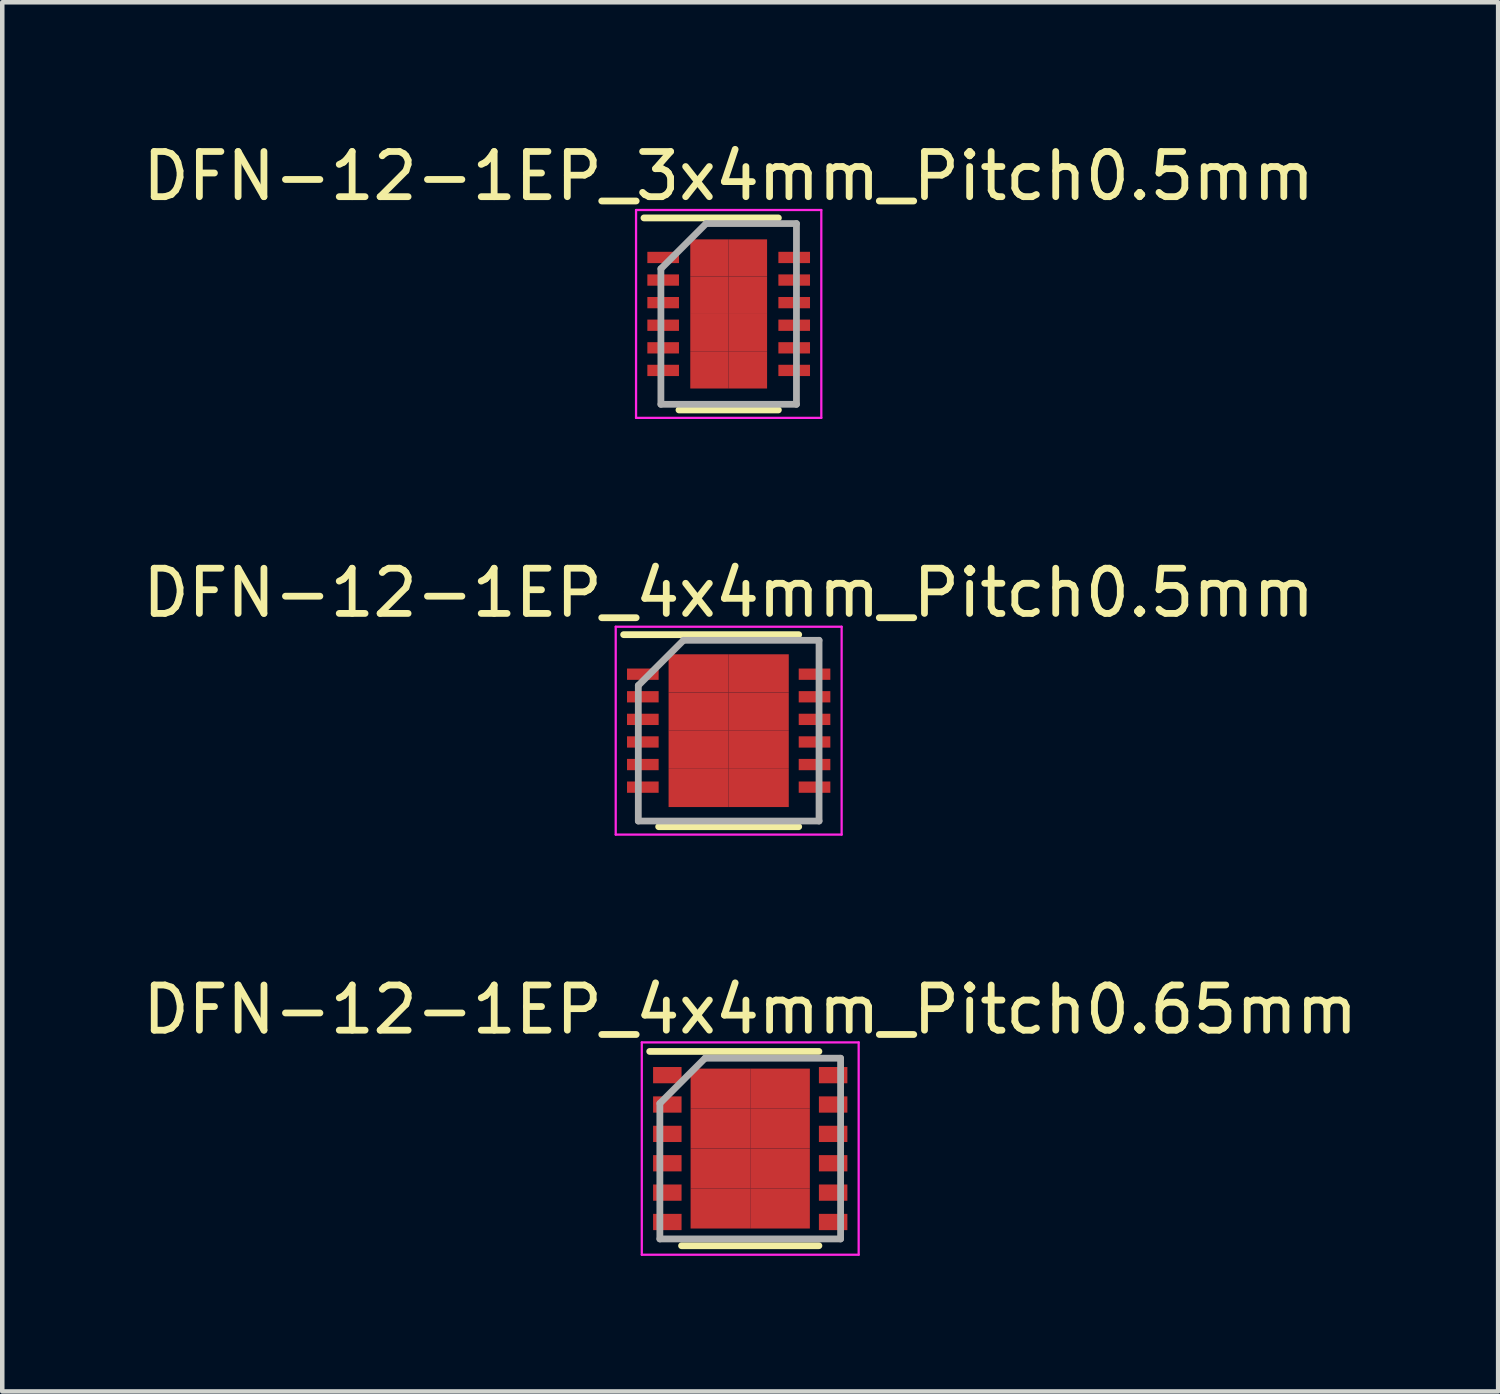
<source format=kicad_pcb>
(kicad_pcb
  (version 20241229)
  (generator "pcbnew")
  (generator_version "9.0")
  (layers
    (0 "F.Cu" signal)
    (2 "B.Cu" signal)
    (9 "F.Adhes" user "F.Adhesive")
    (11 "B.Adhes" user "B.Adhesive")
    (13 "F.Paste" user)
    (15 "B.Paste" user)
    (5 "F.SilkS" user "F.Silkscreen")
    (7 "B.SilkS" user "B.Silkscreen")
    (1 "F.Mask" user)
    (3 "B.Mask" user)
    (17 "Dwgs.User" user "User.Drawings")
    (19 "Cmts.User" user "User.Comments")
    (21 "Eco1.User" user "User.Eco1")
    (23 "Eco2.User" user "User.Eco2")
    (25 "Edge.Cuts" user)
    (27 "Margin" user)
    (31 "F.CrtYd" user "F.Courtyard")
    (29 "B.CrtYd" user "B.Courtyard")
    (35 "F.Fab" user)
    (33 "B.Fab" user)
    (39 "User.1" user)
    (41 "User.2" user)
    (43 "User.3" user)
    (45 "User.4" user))
  (footprint "DFN-12-1EP_4x4mm_Pitch0.5mm"
    (layer "F.Cu")
    (at 13.077 13.121)
    (property "Reference" "DFN-12-1EP_4x4mm_Pitch0.5mm" (at 0 -3.05 0) (layer "F.SilkS") (effects (font (size 1 1) (thickness 0.15))))
    (attr smd)
    (fp_line (start -2.325 -2.125) (end 1.55 -2.125) (stroke (width 0.15) (type solid)) (layer "F.SilkS"))
    (fp_line (start -1.55 2.125) (end 1.55 2.125) (stroke (width 0.15) (type solid)) (layer "F.SilkS"))
    (fp_line (start -2.5 -2.3) (end -2.5 2.3) (stroke (width 0.05) (type solid)) (layer "F.CrtYd"))
    (fp_line (start -2.5 -2.3) (end 2.5 -2.3) (stroke (width 0.05) (type solid)) (layer "F.CrtYd"))
    (fp_line (start -2.5 2.3) (end 2.5 2.3) (stroke (width 0.05) (type solid)) (layer "F.CrtYd"))
    (fp_line (start 2.5 -2.3) (end 2.5 2.3) (stroke (width 0.05) (type solid)) (layer "F.CrtYd"))
    (fp_line (start -2 -1) (end -1 -2) (stroke (width 0.15) (type solid)) (layer "F.Fab"))
    (fp_line (start -2 2) (end -2 -1) (stroke (width 0.15) (type solid)) (layer "F.Fab"))
    (fp_line (start -1 -2) (end 2 -2) (stroke (width 0.15) (type solid)) (layer "F.Fab"))
    (fp_line (start 2 -2) (end 2 2) (stroke (width 0.15) (type solid)) (layer "F.Fab"))
    (fp_line (start 2 2) (end -2 2) (stroke (width 0.15) (type solid)) (layer "F.Fab"))
    (pad "1" smd rect (at -1.9 -1.25) (size 0.7 0.25) (layers "F.Cu" "F.Mask" "F.Paste"))
    (pad "2" smd rect (at -1.9 -0.75) (size 0.7 0.25) (layers "F.Cu" "F.Mask" "F.Paste"))
    (pad "3" smd rect (at -1.9 -0.25) (size 0.7 0.25) (layers "F.Cu" "F.Mask" "F.Paste"))
    (pad "4" smd rect (at -1.9 0.25) (size 0.7 0.25) (layers "F.Cu" "F.Mask" "F.Paste"))
    (pad "5" smd rect (at -1.9 0.75) (size 0.7 0.25) (layers "F.Cu" "F.Mask" "F.Paste"))
    (pad "6" smd rect (at -1.9 1.25) (size 0.7 0.25) (layers "F.Cu" "F.Mask" "F.Paste"))
    (pad "7" smd rect (at 1.9 1.25) (size 0.7 0.25) (layers "F.Cu" "F.Mask" "F.Paste"))
    (pad "8" smd rect (at 1.9 0.75) (size 0.7 0.25) (layers "F.Cu" "F.Mask" "F.Paste"))
    (pad "9" smd rect (at 1.9 0.25) (size 0.7 0.25) (layers "F.Cu" "F.Mask" "F.Paste"))
    (pad "10" smd rect (at 1.9 -0.25) (size 0.7 0.25) (layers "F.Cu" "F.Mask" "F.Paste"))
    (pad "11" smd rect (at 1.9 -0.75) (size 0.7 0.25) (layers "F.Cu" "F.Mask" "F.Paste"))
    (pad "12" smd rect (at 1.9 -1.25) (size 0.7 0.25) (layers "F.Cu" "F.Mask" "F.Paste"))
    (pad "13" smd rect (at -0.665 -1.268) (size 1.33 0.845) (layers "F.Cu" "F.Mask" "F.Paste"))
    (pad "13" smd rect (at -0.665 -0.422) (size 1.33 0.845) (layers "F.Cu" "F.Mask" "F.Paste"))
    (pad "13" smd rect (at -0.665 0.422) (size 1.33 0.845) (layers "F.Cu" "F.Mask" "F.Paste"))
    (pad "13" smd rect (at -0.665 1.268) (size 1.33 0.845) (layers "F.Cu" "F.Mask" "F.Paste"))
    (pad "13" smd rect (at 0.665 -1.268) (size 1.33 0.845) (layers "F.Cu" "F.Mask" "F.Paste"))
    (pad "13" smd rect (at 0.665 -0.422) (size 1.33 0.845) (layers "F.Cu" "F.Mask" "F.Paste"))
    (pad "13" smd rect (at 0.665 0.422) (size 1.33 0.845) (layers "F.Cu" "F.Mask" "F.Paste"))
    (pad "13" smd rect (at 0.665 1.268) (size 1.33 0.845) (layers "F.Cu" "F.Mask" "F.Paste")))
  (footprint "DFN-12-1EP_3x4mm_Pitch0.5mm"
    (layer "F.Cu")
    (at 13.077 3.898)
    (property "Reference" "DFN-12-1EP_3x4mm_Pitch0.5mm" (at 0 -3.05 0) (layer "F.SilkS") (effects (font (size 1 1) (thickness 0.15))))
    (attr smd)
    (fp_line (start -1.875 -2.125) (end 1.1 -2.125) (stroke (width 0.15) (type solid)) (layer "F.SilkS"))
    (fp_line (start -1.1 2.125) (end 1.1 2.125) (stroke (width 0.15) (type solid)) (layer "F.SilkS"))
    (fp_line (start -2.05 -2.3) (end -2.05 2.3) (stroke (width 0.05) (type solid)) (layer "F.CrtYd"))
    (fp_line (start -2.05 -2.3) (end 2.05 -2.3) (stroke (width 0.05) (type solid)) (layer "F.CrtYd"))
    (fp_line (start -2.05 2.3) (end 2.05 2.3) (stroke (width 0.05) (type solid)) (layer "F.CrtYd"))
    (fp_line (start 2.05 -2.3) (end 2.05 2.3) (stroke (width 0.05) (type solid)) (layer "F.CrtYd"))
    (fp_line (start -1.5 -1) (end -0.5 -2) (stroke (width 0.15) (type solid)) (layer "F.Fab"))
    (fp_line (start -1.5 2) (end -1.5 -1) (stroke (width 0.15) (type solid)) (layer "F.Fab"))
    (fp_line (start -0.5 -2) (end 1.5 -2) (stroke (width 0.15) (type solid)) (layer "F.Fab"))
    (fp_line (start 1.5 -2) (end 1.5 2) (stroke (width 0.15) (type solid)) (layer "F.Fab"))
    (fp_line (start 1.5 2) (end -1.5 2) (stroke (width 0.15) (type solid)) (layer "F.Fab"))
    (pad "1" smd rect (at -1.45 -1.25) (size 0.7 0.25) (layers "F.Cu" "F.Mask" "F.Paste"))
    (pad "2" smd rect (at -1.45 -0.75) (size 0.7 0.25) (layers "F.Cu" "F.Mask" "F.Paste"))
    (pad "3" smd rect (at -1.45 -0.25) (size 0.7 0.25) (layers "F.Cu" "F.Mask" "F.Paste"))
    (pad "4" smd rect (at -1.45 0.25) (size 0.7 0.25) (layers "F.Cu" "F.Mask" "F.Paste"))
    (pad "5" smd rect (at -1.45 0.75) (size 0.7 0.25) (layers "F.Cu" "F.Mask" "F.Paste"))
    (pad "6" smd rect (at -1.45 1.25) (size 0.7 0.25) (layers "F.Cu" "F.Mask" "F.Paste"))
    (pad "7" smd rect (at 1.45 1.25) (size 0.7 0.25) (layers "F.Cu" "F.Mask" "F.Paste"))
    (pad "8" smd rect (at 1.45 0.75) (size 0.7 0.25) (layers "F.Cu" "F.Mask" "F.Paste"))
    (pad "9" smd rect (at 1.45 0.25) (size 0.7 0.25) (layers "F.Cu" "F.Mask" "F.Paste"))
    (pad "10" smd rect (at 1.45 -0.25) (size 0.7 0.25) (layers "F.Cu" "F.Mask" "F.Paste"))
    (pad "11" smd rect (at 1.45 -0.75) (size 0.7 0.25) (layers "F.Cu" "F.Mask" "F.Paste"))
    (pad "12" smd rect (at 1.45 -1.25) (size 0.7 0.25) (layers "F.Cu" "F.Mask" "F.Paste"))
    (pad "13" smd rect (at -0.425 -1.238) (size 0.85 0.825) (layers "F.Cu" "F.Mask" "F.Paste"))
    (pad "13" smd rect (at -0.425 -0.412) (size 0.85 0.825) (layers "F.Cu" "F.Mask" "F.Paste"))
    (pad "13" smd rect (at -0.425 0.412) (size 0.85 0.825) (layers "F.Cu" "F.Mask" "F.Paste"))
    (pad "13" smd rect (at -0.425 1.238) (size 0.85 0.825) (layers "F.Cu" "F.Mask" "F.Paste"))
    (pad "13" smd rect (at 0.425 -1.238) (size 0.85 0.825) (layers "F.Cu" "F.Mask" "F.Paste"))
    (pad "13" smd rect (at 0.425 -0.412) (size 0.85 0.825) (layers "F.Cu" "F.Mask" "F.Paste"))
    (pad "13" smd rect (at 0.425 0.412) (size 0.85 0.825) (layers "F.Cu" "F.Mask" "F.Paste"))
    (pad "13" smd rect (at 0.425 1.238) (size 0.85 0.825) (layers "F.Cu" "F.Mask" "F.Paste")))
  (footprint "DFN-12-1EP_4x4mm_Pitch0.65mm"
    (layer "F.Cu")
    (at 13.554 22.37)
    (property "Reference" "DFN-12-1EP_4x4mm_Pitch0.65mm" (at 0 -3.075 0) (layer "F.SilkS") (effects (font (size 1 1) (thickness 0.15))))
    (attr smd)
    (fp_line (start -2.225 -2.15) (end 1.52 -2.15) (stroke (width 0.15) (type solid)) (layer "F.SilkS"))
    (fp_line (start -1.52 2.15) (end 1.52 2.15) (stroke (width 0.15) (type solid)) (layer "F.SilkS"))
    (fp_line (start -2.4 -2.35) (end -2.4 2.35) (stroke (width 0.05) (type solid)) (layer "F.CrtYd"))
    (fp_line (start -2.4 -2.35) (end 2.4 -2.35) (stroke (width 0.05) (type solid)) (layer "F.CrtYd"))
    (fp_line (start -2.4 2.35) (end 2.4 2.35) (stroke (width 0.05) (type solid)) (layer "F.CrtYd"))
    (fp_line (start 2.4 -2.35) (end 2.4 2.35) (stroke (width 0.05) (type solid)) (layer "F.CrtYd"))
    (fp_line (start -2 -1) (end -1 -2) (stroke (width 0.15) (type solid)) (layer "F.Fab"))
    (fp_line (start -2 2) (end -2 -1) (stroke (width 0.15) (type solid)) (layer "F.Fab"))
    (fp_line (start -1 -2) (end 2 -2) (stroke (width 0.15) (type solid)) (layer "F.Fab"))
    (fp_line (start 2 -2) (end 2 2) (stroke (width 0.15) (type solid)) (layer "F.Fab"))
    (fp_line (start 2 2) (end -2 2) (stroke (width 0.15) (type solid)) (layer "F.Fab"))
    (pad "1" smd rect (at -1.835 -1.625) (size 0.63 0.36) (layers "F.Cu" "F.Mask" "F.Paste"))
    (pad "2" smd rect (at -1.835 -0.975) (size 0.63 0.36) (layers "F.Cu" "F.Mask" "F.Paste"))
    (pad "3" smd rect (at -1.835 -0.325) (size 0.63 0.36) (layers "F.Cu" "F.Mask" "F.Paste"))
    (pad "4" smd rect (at -1.835 0.325) (size 0.63 0.36) (layers "F.Cu" "F.Mask" "F.Paste"))
    (pad "5" smd rect (at -1.835 0.975) (size 0.63 0.36) (layers "F.Cu" "F.Mask" "F.Paste"))
    (pad "6" smd rect (at -1.835 1.625) (size 0.63 0.36) (layers "F.Cu" "F.Mask" "F.Paste"))
    (pad "7" smd rect (at 1.835 1.625) (size 0.63 0.36) (layers "F.Cu" "F.Mask" "F.Paste"))
    (pad "8" smd rect (at 1.835 0.975) (size 0.63 0.36) (layers "F.Cu" "F.Mask" "F.Paste"))
    (pad "9" smd rect (at 1.835 0.325) (size 0.63 0.36) (layers "F.Cu" "F.Mask" "F.Paste"))
    (pad "10" smd rect (at 1.835 -0.325) (size 0.63 0.36) (layers "F.Cu" "F.Mask" "F.Paste"))
    (pad "11" smd rect (at 1.835 -0.975) (size 0.63 0.36) (layers "F.Cu" "F.Mask" "F.Paste"))
    (pad "12" smd rect (at 1.835 -1.625) (size 0.63 0.36) (layers "F.Cu" "F.Mask" "F.Paste"))
    (pad "13" smd rect (at -0.66 -1.327) (size 1.32 0.885) (layers "F.Cu" "F.Mask" "F.Paste"))
    (pad "13" smd rect (at -0.66 -0.443) (size 1.32 0.885) (layers "F.Cu" "F.Mask" "F.Paste"))
    (pad "13" smd rect (at -0.66 0.443) (size 1.32 0.885) (layers "F.Cu" "F.Mask" "F.Paste"))
    (pad "13" smd rect (at -0.66 1.327) (size 1.32 0.885) (layers "F.Cu" "F.Mask" "F.Paste"))
    (pad "13" smd rect (at 0.66 -1.327) (size 1.32 0.885) (layers "F.Cu" "F.Mask" "F.Paste"))
    (pad "13" smd rect (at 0.66 -0.443) (size 1.32 0.885) (layers "F.Cu" "F.Mask" "F.Paste"))
    (pad "13" smd rect (at 0.66 0.443) (size 1.32 0.885) (layers "F.Cu" "F.Mask" "F.Paste"))
    (pad "13" smd rect (at 0.66 1.327) (size 1.32 0.885) (layers "F.Cu" "F.Mask" "F.Paste")))
  (gr_rect
    (start -3 -3)
    (end 30.107 27.745)
    (stroke (width 0.1) (type default))
    (fill no)
    (layer "Edge.Cuts")))
</source>
